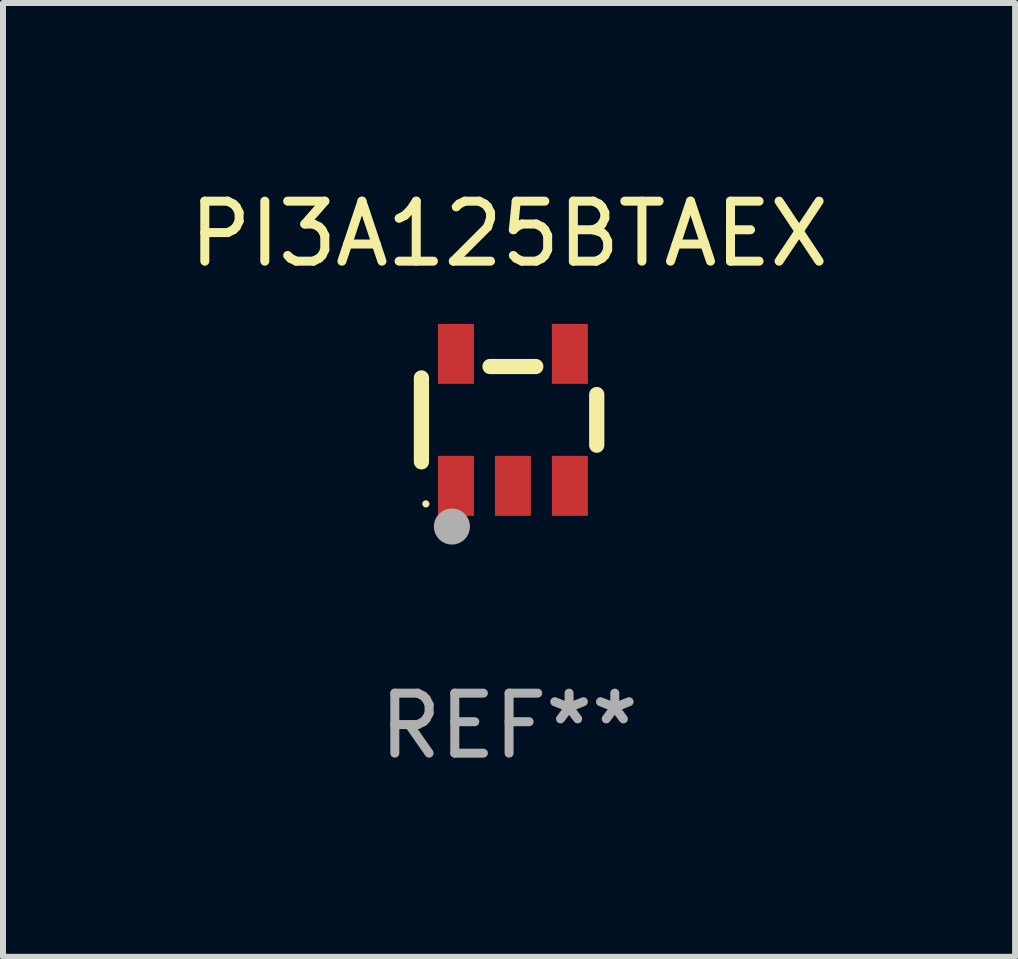
<source format=kicad_pcb>
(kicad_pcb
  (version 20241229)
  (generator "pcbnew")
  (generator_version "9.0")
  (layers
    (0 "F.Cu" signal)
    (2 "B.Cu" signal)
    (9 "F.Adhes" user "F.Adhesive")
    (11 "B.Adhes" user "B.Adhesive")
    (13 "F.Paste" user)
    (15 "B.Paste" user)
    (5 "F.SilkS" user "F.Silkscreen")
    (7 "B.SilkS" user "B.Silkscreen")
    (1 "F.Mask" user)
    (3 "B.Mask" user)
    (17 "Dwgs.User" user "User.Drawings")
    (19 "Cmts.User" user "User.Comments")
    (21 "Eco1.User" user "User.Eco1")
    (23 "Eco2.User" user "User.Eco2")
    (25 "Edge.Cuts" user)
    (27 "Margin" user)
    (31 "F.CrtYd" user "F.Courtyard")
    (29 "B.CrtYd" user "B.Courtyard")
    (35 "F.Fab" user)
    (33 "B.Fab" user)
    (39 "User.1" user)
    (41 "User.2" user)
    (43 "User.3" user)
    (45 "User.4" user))
  (footprint "PI3A125BTAEX"
    (layer "F.Cu")
    (at 5.435 3.948)
    (property "Reference" "PI3A125BTAEX" (at 0 -3.1 0) (layer "F.SilkS") (effects (font (size 1 1) (thickness 0.15))))
    (attr through_hole)
    (fp_line (start -1.461 -0.699) (end -1.461 0.699) (stroke (width 0.254) (type solid)) (layer "F.SilkS"))
    (fp_line (start -0.318 -0.889) (end 0.445 -0.889) (stroke (width 0.254) (type solid)) (layer "F.SilkS"))
    (fp_line (start 1.461 -0.422) (end 1.461 0.422) (stroke (width 0.254) (type solid)) (layer "F.SilkS"))
    (fp_circle (center -1.387 1.4) (end -1.357 1.4) (stroke (width 0.06) (type solid)) (fill no) (layer "F.SilkS"))
    (fp_circle (center -0.953 1.778) (end -0.802 1.778) (stroke (width 0.3) (type solid)) (fill no) (layer "F.Fab"))
    (fp_text user "REF**" (at 0 5.1 0) (layer "F.Fab") (effects (font (size 1 1) (thickness 0.15))))
    (pad "1" smd rect (at -0.886 1.1) (size 0.6 1) (layers "F.Cu" "F.Mask" "F.Paste"))
    (pad "2" smd rect (at 0.064 1.1) (size 0.6 1) (layers "F.Cu" "F.Mask" "F.Paste"))
    (pad "3" smd rect (at 1.013 1.1) (size 0.6 1) (layers "F.Cu" "F.Mask" "F.Paste"))
    (pad "4" smd rect (at 1.013 -1.1) (size 0.6 1) (layers "F.Cu" "F.Mask" "F.Paste"))
    (pad "5" smd rect (at -0.886 -1.1) (size 0.6 1) (layers "F.Cu" "F.Mask" "F.Paste")))
  (gr_rect
    (start -3 -3)
    (end 13.869 12.897)
    (stroke (width 0.1) (type default))
    (fill no)
    (layer "Edge.Cuts")))
</source>
